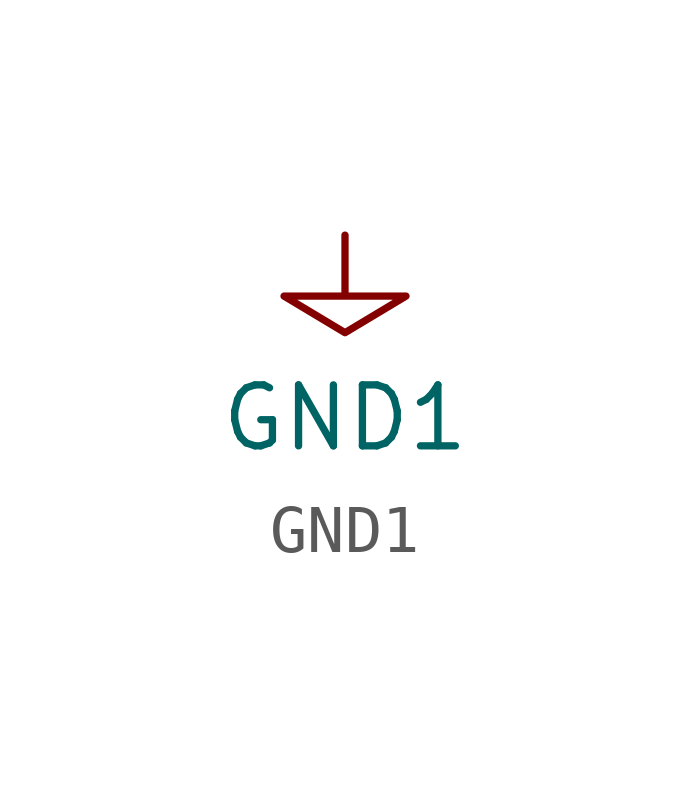
<source format=kicad_sym>
(kicad_symbol_lib
  (version 20241209)
  (generator "kicad_symbol_editor")
  (generator_version "9.0")
  (symbol "GND1"
    (power)
    (pin_names
      (offset 0))
    (property "Reference" "#PWR"
      (at 0 -6.35 0)
      (effects (font (size 1.27 1.27)) (hide yes)))
    (property "Value" "GND1"
      (at 0 -3.81 0)
      (effects (font (size 1.27 1.27))))
    (symbol "GND1_0_1"
      (polyline (pts (xy 0 0) (xy 0 -1.27) (xy 1.27 -1.27) (xy 0 -2.032) (xy -1.27 -1.27) (xy 0 -1.27)) (stroke (width 0) (type default)) (fill (type none))))
    (symbol "GND1_1_1"
      (pin power_in line (at 0 0 270) (length 0) (hide yes) (name "GND1" (effects (font (size 1.27 1.27)))) (number "1" (effects (font (size 1.27 1.27))))))))
</source>
